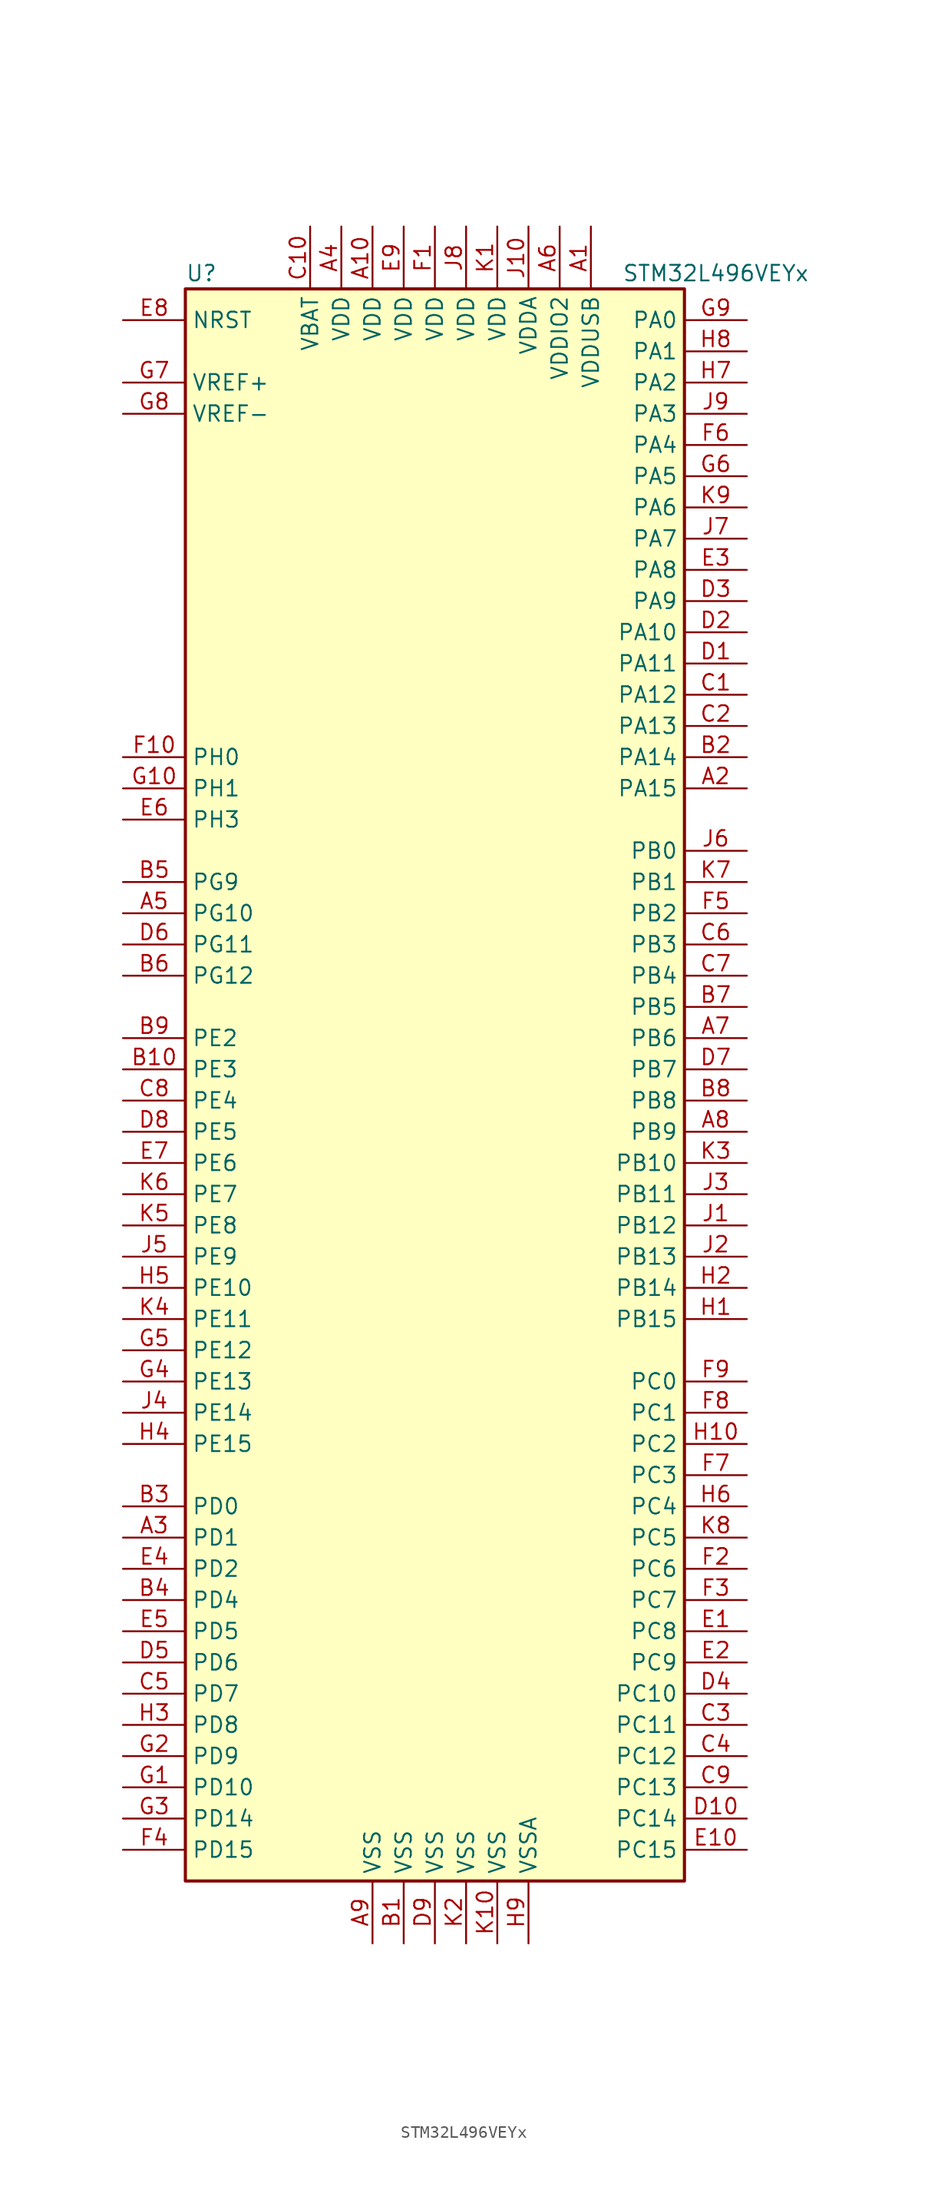
<source format=kicad_sym>
(kicad_symbol_lib
  (version 20220914)
  (generator kicad_symbol_editor)
  (symbol "STM32L496VEYx"
    (property "Reference" "U"
      (at -20.32 64.77 0)
      (effects (font (size 1.27 1.27)) (justify left)))
    (property "Value" "STM32L496VEYx"
      (at 15.24 64.77 0)
      (effects (font (size 1.27 1.27)) (justify left)))
    (symbol "STM32L496VEYx_0_1"
      (rectangle (start -20.32 -66.04) (end 20.32 63.5) (stroke (width 0.254) (type default)) (fill (type background))))
    (symbol "STM32L496VEYx_1_1"
      (pin power_in line (at 12.7 68.58 270) (length 5.08) (name "VDDUSB" (effects (font (size 1.27 1.27)))) (number "A1" (effects (font (size 1.27 1.27)))))
      (pin power_in line (at -5.08 68.58 270) (length 5.08) (name "VDD" (effects (font (size 1.27 1.27)))) (number "A10" (effects (font (size 1.27 1.27)))))
      (pin bidirectional line (at 25.4 22.86 180) (length 5.08) (name "PA15" (effects (font (size 1.27 1.27)))) (number "A2" (effects (font (size 1.27 1.27)))))
      (pin bidirectional line (at -25.4 -38.1 0) (length 5.08) (name "PD1" (effects (font (size 1.27 1.27)))) (number "A3" (effects (font (size 1.27 1.27)))))
      (pin power_in line (at -7.62 68.58 270) (length 5.08) (name "VDD" (effects (font (size 1.27 1.27)))) (number "A4" (effects (font (size 1.27 1.27)))))
      (pin bidirectional line (at -25.4 12.7 0) (length 5.08) (name "PG10" (effects (font (size 1.27 1.27)))) (number "A5" (effects (font (size 1.27 1.27)))))
      (pin power_in line (at 10.16 68.58 270) (length 5.08) (name "VDDIO2" (effects (font (size 1.27 1.27)))) (number "A6" (effects (font (size 1.27 1.27)))))
      (pin bidirectional line (at 25.4 2.54 180) (length 5.08) (name "PB6" (effects (font (size 1.27 1.27)))) (number "A7" (effects (font (size 1.27 1.27)))))
      (pin bidirectional line (at 25.4 -5.08 180) (length 5.08) (name "PB9" (effects (font (size 1.27 1.27)))) (number "A8" (effects (font (size 1.27 1.27)))))
      (pin power_in line (at -5.08 -71.12 90) (length 5.08) (name "VSS" (effects (font (size 1.27 1.27)))) (number "A9" (effects (font (size 1.27 1.27)))))
      (pin power_in line (at -2.54 -71.12 90) (length 5.08) (name "VSS" (effects (font (size 1.27 1.27)))) (number "B1" (effects (font (size 1.27 1.27)))))
      (pin bidirectional line (at -25.4 0 0) (length 5.08) (name "PE3" (effects (font (size 1.27 1.27)))) (number "B10" (effects (font (size 1.27 1.27)))))
      (pin bidirectional line (at 25.4 25.4 180) (length 5.08) (name "PA14" (effects (font (size 1.27 1.27)))) (number "B2" (effects (font (size 1.27 1.27)))))
      (pin bidirectional line (at -25.4 -35.56 0) (length 5.08) (name "PD0" (effects (font (size 1.27 1.27)))) (number "B3" (effects (font (size 1.27 1.27)))))
      (pin bidirectional line (at -25.4 -43.18 0) (length 5.08) (name "PD4" (effects (font (size 1.27 1.27)))) (number "B4" (effects (font (size 1.27 1.27)))))
      (pin bidirectional line (at -25.4 15.24 0) (length 5.08) (name "PG9" (effects (font (size 1.27 1.27)))) (number "B5" (effects (font (size 1.27 1.27)))))
      (pin bidirectional line (at -25.4 7.62 0) (length 5.08) (name "PG12" (effects (font (size 1.27 1.27)))) (number "B6" (effects (font (size 1.27 1.27)))))
      (pin bidirectional line (at 25.4 5.08 180) (length 5.08) (name "PB5" (effects (font (size 1.27 1.27)))) (number "B7" (effects (font (size 1.27 1.27)))))
      (pin bidirectional line (at 25.4 -2.54 180) (length 5.08) (name "PB8" (effects (font (size 1.27 1.27)))) (number "B8" (effects (font (size 1.27 1.27)))))
      (pin bidirectional line (at -25.4 2.54 0) (length 5.08) (name "PE2" (effects (font (size 1.27 1.27)))) (number "B9" (effects (font (size 1.27 1.27)))))
      (pin bidirectional line (at 25.4 30.48 180) (length 5.08) (name "PA12" (effects (font (size 1.27 1.27)))) (number "C1" (effects (font (size 1.27 1.27)))))
      (pin power_in line (at -10.16 68.58 270) (length 5.08) (name "VBAT" (effects (font (size 1.27 1.27)))) (number "C10" (effects (font (size 1.27 1.27)))))
      (pin bidirectional line (at 25.4 27.94 180) (length 5.08) (name "PA13" (effects (font (size 1.27 1.27)))) (number "C2" (effects (font (size 1.27 1.27)))))
      (pin bidirectional line (at 25.4 -53.34 180) (length 5.08) (name "PC11" (effects (font (size 1.27 1.27)))) (number "C3" (effects (font (size 1.27 1.27)))))
      (pin bidirectional line (at 25.4 -55.88 180) (length 5.08) (name "PC12" (effects (font (size 1.27 1.27)))) (number "C4" (effects (font (size 1.27 1.27)))))
      (pin bidirectional line (at -25.4 -50.8 0) (length 5.08) (name "PD7" (effects (font (size 1.27 1.27)))) (number "C5" (effects (font (size 1.27 1.27)))))
      (pin bidirectional line (at 25.4 10.16 180) (length 5.08) (name "PB3" (effects (font (size 1.27 1.27)))) (number "C6" (effects (font (size 1.27 1.27)))))
      (pin bidirectional line (at 25.4 7.62 180) (length 5.08) (name "PB4" (effects (font (size 1.27 1.27)))) (number "C7" (effects (font (size 1.27 1.27)))))
      (pin bidirectional line (at -25.4 -2.54 0) (length 5.08) (name "PE4" (effects (font (size 1.27 1.27)))) (number "C8" (effects (font (size 1.27 1.27)))))
      (pin bidirectional line (at 25.4 -58.42 180) (length 5.08) (name "PC13" (effects (font (size 1.27 1.27)))) (number "C9" (effects (font (size 1.27 1.27)))))
      (pin bidirectional line (at 25.4 33.02 180) (length 5.08) (name "PA11" (effects (font (size 1.27 1.27)))) (number "D1" (effects (font (size 1.27 1.27)))))
      (pin bidirectional line (at 25.4 -60.96 180) (length 5.08) (name "PC14" (effects (font (size 1.27 1.27)))) (number "D10" (effects (font (size 1.27 1.27)))))
      (pin bidirectional line (at 25.4 35.56 180) (length 5.08) (name "PA10" (effects (font (size 1.27 1.27)))) (number "D2" (effects (font (size 1.27 1.27)))))
      (pin bidirectional line (at 25.4 38.1 180) (length 5.08) (name "PA9" (effects (font (size 1.27 1.27)))) (number "D3" (effects (font (size 1.27 1.27)))))
      (pin bidirectional line (at 25.4 -50.8 180) (length 5.08) (name "PC10" (effects (font (size 1.27 1.27)))) (number "D4" (effects (font (size 1.27 1.27)))))
      (pin bidirectional line (at -25.4 -48.26 0) (length 5.08) (name "PD6" (effects (font (size 1.27 1.27)))) (number "D5" (effects (font (size 1.27 1.27)))))
      (pin bidirectional line (at -25.4 10.16 0) (length 5.08) (name "PG11" (effects (font (size 1.27 1.27)))) (number "D6" (effects (font (size 1.27 1.27)))))
      (pin bidirectional line (at 25.4 0 180) (length 5.08) (name "PB7" (effects (font (size 1.27 1.27)))) (number "D7" (effects (font (size 1.27 1.27)))))
      (pin bidirectional line (at -25.4 -5.08 0) (length 5.08) (name "PE5" (effects (font (size 1.27 1.27)))) (number "D8" (effects (font (size 1.27 1.27)))))
      (pin power_in line (at 0 -71.12 90) (length 5.08) (name "VSS" (effects (font (size 1.27 1.27)))) (number "D9" (effects (font (size 1.27 1.27)))))
      (pin bidirectional line (at 25.4 -45.72 180) (length 5.08) (name "PC8" (effects (font (size 1.27 1.27)))) (number "E1" (effects (font (size 1.27 1.27)))))
      (pin bidirectional line (at 25.4 -63.5 180) (length 5.08) (name "PC15" (effects (font (size 1.27 1.27)))) (number "E10" (effects (font (size 1.27 1.27)))))
      (pin bidirectional line (at 25.4 -48.26 180) (length 5.08) (name "PC9" (effects (font (size 1.27 1.27)))) (number "E2" (effects (font (size 1.27 1.27)))))
      (pin bidirectional line (at 25.4 40.64 180) (length 5.08) (name "PA8" (effects (font (size 1.27 1.27)))) (number "E3" (effects (font (size 1.27 1.27)))))
      (pin bidirectional line (at -25.4 -40.64 0) (length 5.08) (name "PD2" (effects (font (size 1.27 1.27)))) (number "E4" (effects (font (size 1.27 1.27)))))
      (pin bidirectional line (at -25.4 -45.72 0) (length 5.08) (name "PD5" (effects (font (size 1.27 1.27)))) (number "E5" (effects (font (size 1.27 1.27)))))
      (pin bidirectional line (at -25.4 20.32 0) (length 5.08) (name "PH3" (effects (font (size 1.27 1.27)))) (number "E6" (effects (font (size 1.27 1.27)))))
      (pin bidirectional line (at -25.4 -7.62 0) (length 5.08) (name "PE6" (effects (font (size 1.27 1.27)))) (number "E7" (effects (font (size 1.27 1.27)))))
      (pin input line (at -25.4 60.96 0) (length 5.08) (name "NRST" (effects (font (size 1.27 1.27)))) (number "E8" (effects (font (size 1.27 1.27)))))
      (pin power_in line (at -2.54 68.58 270) (length 5.08) (name "VDD" (effects (font (size 1.27 1.27)))) (number "E9" (effects (font (size 1.27 1.27)))))
      (pin power_in line (at 0 68.58 270) (length 5.08) (name "VDD" (effects (font (size 1.27 1.27)))) (number "F1" (effects (font (size 1.27 1.27)))))
      (pin input line (at -25.4 25.4 0) (length 5.08) (name "PH0" (effects (font (size 1.27 1.27)))) (number "F10" (effects (font (size 1.27 1.27)))))
      (pin bidirectional line (at 25.4 -40.64 180) (length 5.08) (name "PC6" (effects (font (size 1.27 1.27)))) (number "F2" (effects (font (size 1.27 1.27)))))
      (pin bidirectional line (at 25.4 -43.18 180) (length 5.08) (name "PC7" (effects (font (size 1.27 1.27)))) (number "F3" (effects (font (size 1.27 1.27)))))
      (pin bidirectional line (at -25.4 -63.5 0) (length 5.08) (name "PD15" (effects (font (size 1.27 1.27)))) (number "F4" (effects (font (size 1.27 1.27)))))
      (pin bidirectional line (at 25.4 12.7 180) (length 5.08) (name "PB2" (effects (font (size 1.27 1.27)))) (number "F5" (effects (font (size 1.27 1.27)))))
      (pin bidirectional line (at 25.4 50.8 180) (length 5.08) (name "PA4" (effects (font (size 1.27 1.27)))) (number "F6" (effects (font (size 1.27 1.27)))))
      (pin bidirectional line (at 25.4 -33.02 180) (length 5.08) (name "PC3" (effects (font (size 1.27 1.27)))) (number "F7" (effects (font (size 1.27 1.27)))))
      (pin bidirectional line (at 25.4 -27.94 180) (length 5.08) (name "PC1" (effects (font (size 1.27 1.27)))) (number "F8" (effects (font (size 1.27 1.27)))))
      (pin bidirectional line (at 25.4 -25.4 180) (length 5.08) (name "PC0" (effects (font (size 1.27 1.27)))) (number "F9" (effects (font (size 1.27 1.27)))))
      (pin bidirectional line (at -25.4 -58.42 0) (length 5.08) (name "PD10" (effects (font (size 1.27 1.27)))) (number "G1" (effects (font (size 1.27 1.27)))))
      (pin input line (at -25.4 22.86 0) (length 5.08) (name "PH1" (effects (font (size 1.27 1.27)))) (number "G10" (effects (font (size 1.27 1.27)))))
      (pin bidirectional line (at -25.4 -55.88 0) (length 5.08) (name "PD9" (effects (font (size 1.27 1.27)))) (number "G2" (effects (font (size 1.27 1.27)))))
      (pin bidirectional line (at -25.4 -60.96 0) (length 5.08) (name "PD14" (effects (font (size 1.27 1.27)))) (number "G3" (effects (font (size 1.27 1.27)))))
      (pin bidirectional line (at -25.4 -25.4 0) (length 5.08) (name "PE13" (effects (font (size 1.27 1.27)))) (number "G4" (effects (font (size 1.27 1.27)))))
      (pin bidirectional line (at -25.4 -22.86 0) (length 5.08) (name "PE12" (effects (font (size 1.27 1.27)))) (number "G5" (effects (font (size 1.27 1.27)))))
      (pin bidirectional line (at 25.4 48.26 180) (length 5.08) (name "PA5" (effects (font (size 1.27 1.27)))) (number "G6" (effects (font (size 1.27 1.27)))))
      (pin bidirectional line (at -25.4 55.88 0) (length 5.08) (name "VREF+" (effects (font (size 1.27 1.27)))) (number "G7" (effects (font (size 1.27 1.27)))))
      (pin power_in line (at -25.4 53.34 0) (length 5.08) (name "VREF-" (effects (font (size 1.27 1.27)))) (number "G8" (effects (font (size 1.27 1.27)))))
      (pin bidirectional line (at 25.4 60.96 180) (length 5.08) (name "PA0" (effects (font (size 1.27 1.27)))) (number "G9" (effects (font (size 1.27 1.27)))))
      (pin bidirectional line (at 25.4 -20.32 180) (length 5.08) (name "PB15" (effects (font (size 1.27 1.27)))) (number "H1" (effects (font (size 1.27 1.27)))))
      (pin bidirectional line (at 25.4 -30.48 180) (length 5.08) (name "PC2" (effects (font (size 1.27 1.27)))) (number "H10" (effects (font (size 1.27 1.27)))))
      (pin bidirectional line (at 25.4 -17.78 180) (length 5.08) (name "PB14" (effects (font (size 1.27 1.27)))) (number "H2" (effects (font (size 1.27 1.27)))))
      (pin bidirectional line (at -25.4 -53.34 0) (length 5.08) (name "PD8" (effects (font (size 1.27 1.27)))) (number "H3" (effects (font (size 1.27 1.27)))))
      (pin bidirectional line (at -25.4 -30.48 0) (length 5.08) (name "PE15" (effects (font (size 1.27 1.27)))) (number "H4" (effects (font (size 1.27 1.27)))))
      (pin bidirectional line (at -25.4 -17.78 0) (length 5.08) (name "PE10" (effects (font (size 1.27 1.27)))) (number "H5" (effects (font (size 1.27 1.27)))))
      (pin bidirectional line (at 25.4 -35.56 180) (length 5.08) (name "PC4" (effects (font (size 1.27 1.27)))) (number "H6" (effects (font (size 1.27 1.27)))))
      (pin bidirectional line (at 25.4 55.88 180) (length 5.08) (name "PA2" (effects (font (size 1.27 1.27)))) (number "H7" (effects (font (size 1.27 1.27)))))
      (pin bidirectional line (at 25.4 58.42 180) (length 5.08) (name "PA1" (effects (font (size 1.27 1.27)))) (number "H8" (effects (font (size 1.27 1.27)))))
      (pin power_in line (at 7.62 -71.12 90) (length 5.08) (name "VSSA" (effects (font (size 1.27 1.27)))) (number "H9" (effects (font (size 1.27 1.27)))))
      (pin bidirectional line (at 25.4 -12.7 180) (length 5.08) (name "PB12" (effects (font (size 1.27 1.27)))) (number "J1" (effects (font (size 1.27 1.27)))))
      (pin power_in line (at 7.62 68.58 270) (length 5.08) (name "VDDA" (effects (font (size 1.27 1.27)))) (number "J10" (effects (font (size 1.27 1.27)))))
      (pin bidirectional line (at 25.4 -15.24 180) (length 5.08) (name "PB13" (effects (font (size 1.27 1.27)))) (number "J2" (effects (font (size 1.27 1.27)))))
      (pin bidirectional line (at 25.4 -10.16 180) (length 5.08) (name "PB11" (effects (font (size 1.27 1.27)))) (number "J3" (effects (font (size 1.27 1.27)))))
      (pin bidirectional line (at -25.4 -27.94 0) (length 5.08) (name "PE14" (effects (font (size 1.27 1.27)))) (number "J4" (effects (font (size 1.27 1.27)))))
      (pin bidirectional line (at -25.4 -15.24 0) (length 5.08) (name "PE9" (effects (font (size 1.27 1.27)))) (number "J5" (effects (font (size 1.27 1.27)))))
      (pin bidirectional line (at 25.4 17.78 180) (length 5.08) (name "PB0" (effects (font (size 1.27 1.27)))) (number "J6" (effects (font (size 1.27 1.27)))))
      (pin bidirectional line (at 25.4 43.18 180) (length 5.08) (name "PA7" (effects (font (size 1.27 1.27)))) (number "J7" (effects (font (size 1.27 1.27)))))
      (pin power_in line (at 2.54 68.58 270) (length 5.08) (name "VDD" (effects (font (size 1.27 1.27)))) (number "J8" (effects (font (size 1.27 1.27)))))
      (pin bidirectional line (at 25.4 53.34 180) (length 5.08) (name "PA3" (effects (font (size 1.27 1.27)))) (number "J9" (effects (font (size 1.27 1.27)))))
      (pin power_in line (at 5.08 68.58 270) (length 5.08) (name "VDD" (effects (font (size 1.27 1.27)))) (number "K1" (effects (font (size 1.27 1.27)))))
      (pin power_in line (at 5.08 -71.12 90) (length 5.08) (name "VSS" (effects (font (size 1.27 1.27)))) (number "K10" (effects (font (size 1.27 1.27)))))
      (pin power_in line (at 2.54 -71.12 90) (length 5.08) (name "VSS" (effects (font (size 1.27 1.27)))) (number "K2" (effects (font (size 1.27 1.27)))))
      (pin bidirectional line (at 25.4 -7.62 180) (length 5.08) (name "PB10" (effects (font (size 1.27 1.27)))) (number "K3" (effects (font (size 1.27 1.27)))))
      (pin bidirectional line (at -25.4 -20.32 0) (length 5.08) (name "PE11" (effects (font (size 1.27 1.27)))) (number "K4" (effects (font (size 1.27 1.27)))))
      (pin bidirectional line (at -25.4 -12.7 0) (length 5.08) (name "PE8" (effects (font (size 1.27 1.27)))) (number "K5" (effects (font (size 1.27 1.27)))))
      (pin bidirectional line (at -25.4 -10.16 0) (length 5.08) (name "PE7" (effects (font (size 1.27 1.27)))) (number "K6" (effects (font (size 1.27 1.27)))))
      (pin bidirectional line (at 25.4 15.24 180) (length 5.08) (name "PB1" (effects (font (size 1.27 1.27)))) (number "K7" (effects (font (size 1.27 1.27)))))
      (pin bidirectional line (at 25.4 -38.1 180) (length 5.08) (name "PC5" (effects (font (size 1.27 1.27)))) (number "K8" (effects (font (size 1.27 1.27)))))
      (pin bidirectional line (at 25.4 45.72 180) (length 5.08) (name "PA6" (effects (font (size 1.27 1.27)))) (number "K9" (effects (font (size 1.27 1.27))))))))
</source>
